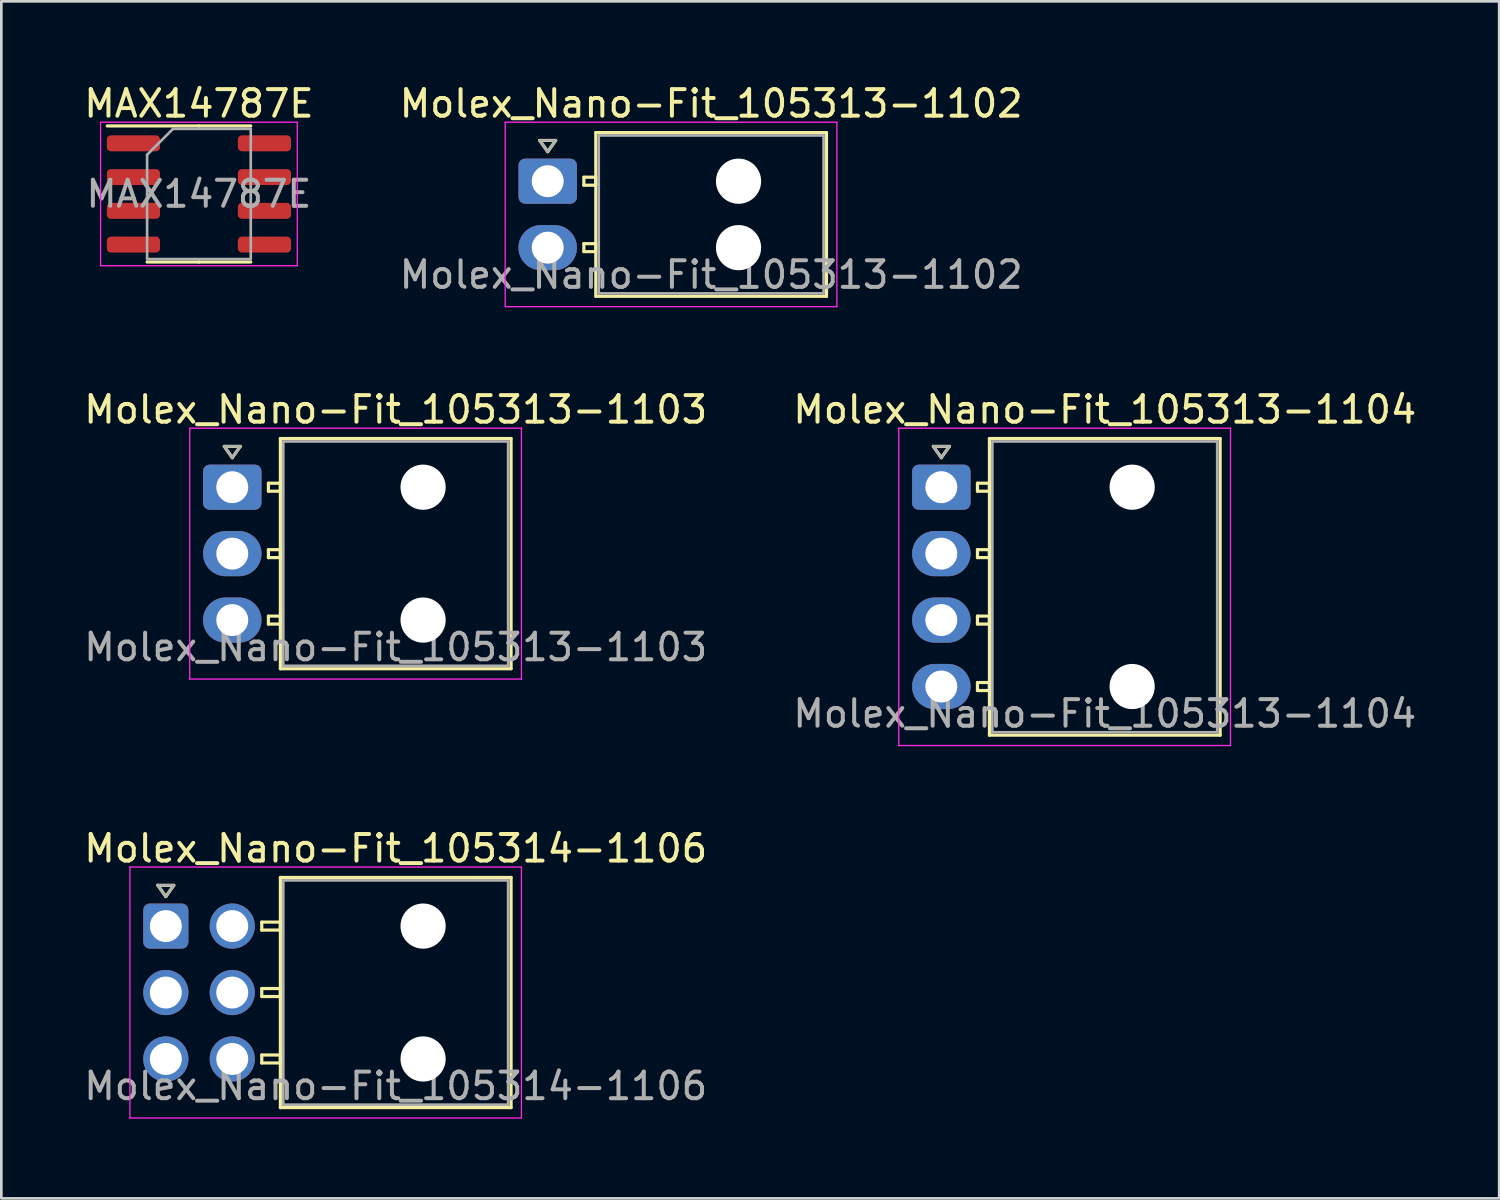
<source format=kicad_pcb>
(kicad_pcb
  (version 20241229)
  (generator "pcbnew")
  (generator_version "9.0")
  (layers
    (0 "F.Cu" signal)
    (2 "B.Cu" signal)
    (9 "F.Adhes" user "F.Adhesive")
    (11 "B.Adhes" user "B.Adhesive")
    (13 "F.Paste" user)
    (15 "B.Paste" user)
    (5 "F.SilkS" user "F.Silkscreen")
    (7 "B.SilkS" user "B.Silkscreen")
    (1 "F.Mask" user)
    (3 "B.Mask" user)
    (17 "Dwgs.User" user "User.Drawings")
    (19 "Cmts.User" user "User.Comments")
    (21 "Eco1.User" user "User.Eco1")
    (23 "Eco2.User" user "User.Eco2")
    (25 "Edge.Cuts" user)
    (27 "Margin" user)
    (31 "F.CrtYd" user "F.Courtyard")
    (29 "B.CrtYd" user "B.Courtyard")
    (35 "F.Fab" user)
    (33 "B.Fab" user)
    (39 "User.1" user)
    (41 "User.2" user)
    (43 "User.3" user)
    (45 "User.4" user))
  (footprint "Molex_Nano-Fit_105313-1102"
    (layer "F.Cu")
    (at 17.558 3.768)
    (property "Reference" "Molex_Nano-Fit_105313-1102" (at 6.15 -2.92 0) (layer "F.SilkS") (effects (font (size 1 1) (thickness 0.15))))
    (attr through_hole)
    (fp_line (start -0.3 -1.534) (end 0 -1.11) (stroke (width 0.12) (type solid)) (layer "F.SilkS"))
    (fp_line (start 0 -1.11) (end 0.3 -1.534) (stroke (width 0.12) (type solid)) (layer "F.SilkS"))
    (fp_line (start 0.3 -1.534) (end -0.3 -1.534) (stroke (width 0.12) (type solid)) (layer "F.SilkS"))
    (fp_line (start 1.36 -0.15) (end 1.36 0.15) (stroke (width 0.12) (type solid)) (layer "F.SilkS"))
    (fp_line (start 1.36 0.15) (end 1.81 0.15) (stroke (width 0.12) (type solid)) (layer "F.SilkS"))
    (fp_line (start 1.36 2.35) (end 1.36 2.65) (stroke (width 0.12) (type solid)) (layer "F.SilkS"))
    (fp_line (start 1.36 2.65) (end 1.81 2.65) (stroke (width 0.12) (type solid)) (layer "F.SilkS"))
    (fp_line (start 1.81 -1.83) (end 1.81 4.33) (stroke (width 0.12) (type solid)) (layer "F.SilkS"))
    (fp_line (start 1.81 -0.15) (end 1.36 -0.15) (stroke (width 0.12) (type solid)) (layer "F.SilkS"))
    (fp_line (start 1.81 0.15) (end 1.81 -0.15) (stroke (width 0.12) (type solid)) (layer "F.SilkS"))
    (fp_line (start 1.81 2.35) (end 1.36 2.35) (stroke (width 0.12) (type solid)) (layer "F.SilkS"))
    (fp_line (start 1.81 2.65) (end 1.81 2.35) (stroke (width 0.12) (type solid)) (layer "F.SilkS"))
    (fp_line (start 1.81 4.33) (end 10.49 4.33) (stroke (width 0.12) (type solid)) (layer "F.SilkS"))
    (fp_line (start 10.49 -1.83) (end 1.81 -1.83) (stroke (width 0.12) (type solid)) (layer "F.SilkS"))
    (fp_line (start 10.49 4.33) (end 10.49 -1.83) (stroke (width 0.12) (type solid)) (layer "F.SilkS"))
    (fp_line (start -1.6 -2.22) (end -1.6 4.72) (stroke (width 0.05) (type solid)) (layer "F.CrtYd"))
    (fp_line (start -1.6 4.72) (end 10.88 4.72) (stroke (width 0.05) (type solid)) (layer "F.CrtYd"))
    (fp_line (start 10.88 -2.22) (end -1.6 -2.22) (stroke (width 0.05) (type solid)) (layer "F.CrtYd"))
    (fp_line (start 10.88 4.72) (end 10.88 -2.22) (stroke (width 0.05) (type solid)) (layer "F.CrtYd"))
    (fp_line (start -0.3 -1.534) (end 0 -1.11) (stroke (width 0.1) (type solid)) (layer "F.Fab"))
    (fp_line (start 0 -1.11) (end 0.3 -1.534) (stroke (width 0.1) (type solid)) (layer "F.Fab"))
    (fp_line (start 0.3 -1.534) (end -0.3 -1.534) (stroke (width 0.1) (type solid)) (layer "F.Fab"))
    (fp_line (start 1.92 -1.72) (end 1.92 4.22) (stroke (width 0.1) (type solid)) (layer "F.Fab"))
    (fp_line (start 1.92 4.22) (end 10.38 4.22) (stroke (width 0.1) (type solid)) (layer "F.Fab"))
    (fp_line (start 10.38 -1.72) (end 1.92 -1.72) (stroke (width 0.1) (type solid)) (layer "F.Fab"))
    (fp_line (start 10.38 4.22) (end 10.38 -1.72) (stroke (width 0.1) (type solid)) (layer "F.Fab"))
    (fp_text user "${REFERENCE}" (at 6.15 3.52 0) (layer "F.Fab") (effects (font (size 1 1) (thickness 0.15))))
    (pad "" np_thru_hole circle (at 7.18 0) (size 1.7 1.7) (drill 1.7) (layers "*.Cu" "*.Mask"))
    (pad "" np_thru_hole circle (at 7.18 2.5) (size 1.7 1.7) (drill 1.7) (layers "*.Cu" "*.Mask"))
    (pad "1" thru_hole roundrect (at 0 0) (size 2.2 1.7) (drill 1.2) (layers "*.Cu" "*.Mask") (roundrect_rratio 0.147))
    (pad "2" thru_hole oval (at 0 2.5) (size 2.2 1.7) (drill 1.2) (layers "*.Cu" "*.Mask")))
  (footprint "Molex_Nano-Fit_105313-1103"
    (layer "F.Cu")
    (at 5.689 15.281)
    (property "Reference" "Molex_Nano-Fit_105313-1103" (at 6.15 -2.92 0) (layer "F.SilkS") (effects (font (size 1 1) (thickness 0.15))))
    (attr through_hole)
    (fp_line (start -0.3 -1.534) (end 0 -1.11) (stroke (width 0.12) (type solid)) (layer "F.SilkS"))
    (fp_line (start 0 -1.11) (end 0.3 -1.534) (stroke (width 0.12) (type solid)) (layer "F.SilkS"))
    (fp_line (start 0.3 -1.534) (end -0.3 -1.534) (stroke (width 0.12) (type solid)) (layer "F.SilkS"))
    (fp_line (start 1.36 -0.15) (end 1.36 0.15) (stroke (width 0.12) (type solid)) (layer "F.SilkS"))
    (fp_line (start 1.36 0.15) (end 1.81 0.15) (stroke (width 0.12) (type solid)) (layer "F.SilkS"))
    (fp_line (start 1.36 2.35) (end 1.36 2.65) (stroke (width 0.12) (type solid)) (layer "F.SilkS"))
    (fp_line (start 1.36 2.65) (end 1.81 2.65) (stroke (width 0.12) (type solid)) (layer "F.SilkS"))
    (fp_line (start 1.36 4.85) (end 1.36 5.15) (stroke (width 0.12) (type solid)) (layer "F.SilkS"))
    (fp_line (start 1.36 5.15) (end 1.81 5.15) (stroke (width 0.12) (type solid)) (layer "F.SilkS"))
    (fp_line (start 1.81 -1.83) (end 1.81 6.83) (stroke (width 0.12) (type solid)) (layer "F.SilkS"))
    (fp_line (start 1.81 -0.15) (end 1.36 -0.15) (stroke (width 0.12) (type solid)) (layer "F.SilkS"))
    (fp_line (start 1.81 0.15) (end 1.81 -0.15) (stroke (width 0.12) (type solid)) (layer "F.SilkS"))
    (fp_line (start 1.81 2.35) (end 1.36 2.35) (stroke (width 0.12) (type solid)) (layer "F.SilkS"))
    (fp_line (start 1.81 2.65) (end 1.81 2.35) (stroke (width 0.12) (type solid)) (layer "F.SilkS"))
    (fp_line (start 1.81 4.85) (end 1.36 4.85) (stroke (width 0.12) (type solid)) (layer "F.SilkS"))
    (fp_line (start 1.81 5.15) (end 1.81 4.85) (stroke (width 0.12) (type solid)) (layer "F.SilkS"))
    (fp_line (start 1.81 6.83) (end 10.49 6.83) (stroke (width 0.12) (type solid)) (layer "F.SilkS"))
    (fp_line (start 10.49 -1.83) (end 1.81 -1.83) (stroke (width 0.12) (type solid)) (layer "F.SilkS"))
    (fp_line (start 10.49 6.83) (end 10.49 -1.83) (stroke (width 0.12) (type solid)) (layer "F.SilkS"))
    (fp_line (start -1.6 -2.22) (end -1.6 7.22) (stroke (width 0.05) (type solid)) (layer "F.CrtYd"))
    (fp_line (start -1.6 7.22) (end 10.88 7.22) (stroke (width 0.05) (type solid)) (layer "F.CrtYd"))
    (fp_line (start 10.88 -2.22) (end -1.6 -2.22) (stroke (width 0.05) (type solid)) (layer "F.CrtYd"))
    (fp_line (start 10.88 7.22) (end 10.88 -2.22) (stroke (width 0.05) (type solid)) (layer "F.CrtYd"))
    (fp_line (start -0.3 -1.534) (end 0 -1.11) (stroke (width 0.1) (type solid)) (layer "F.Fab"))
    (fp_line (start 0 -1.11) (end 0.3 -1.534) (stroke (width 0.1) (type solid)) (layer "F.Fab"))
    (fp_line (start 0.3 -1.534) (end -0.3 -1.534) (stroke (width 0.1) (type solid)) (layer "F.Fab"))
    (fp_line (start 1.92 -1.72) (end 1.92 6.72) (stroke (width 0.1) (type solid)) (layer "F.Fab"))
    (fp_line (start 1.92 6.72) (end 10.38 6.72) (stroke (width 0.1) (type solid)) (layer "F.Fab"))
    (fp_line (start 10.38 -1.72) (end 1.92 -1.72) (stroke (width 0.1) (type solid)) (layer "F.Fab"))
    (fp_line (start 10.38 6.72) (end 10.38 -1.72) (stroke (width 0.1) (type solid)) (layer "F.Fab"))
    (fp_text user "${REFERENCE}" (at 6.15 6.02 0) (layer "F.Fab") (effects (font (size 1 1) (thickness 0.15))))
    (pad "" np_thru_hole circle (at 7.18 0) (size 1.7 1.7) (drill 1.7) (layers "*.Cu" "*.Mask"))
    (pad "" np_thru_hole circle (at 7.18 5) (size 1.7 1.7) (drill 1.7) (layers "*.Cu" "*.Mask"))
    (pad "1" thru_hole roundrect (at 0 0) (size 2.2 1.7) (drill 1.2) (layers "*.Cu" "*.Mask") (roundrect_rratio 0.147))
    (pad "2" thru_hole oval (at 0 2.5) (size 2.2 1.7) (drill 1.2) (layers "*.Cu" "*.Mask"))
    (pad "3" thru_hole oval (at 0 5) (size 2.2 1.7) (drill 1.2) (layers "*.Cu" "*.Mask")))
  (footprint "Molex_Nano-Fit_105313-1104"
    (layer "F.Cu")
    (at 32.368 15.281)
    (property "Reference" "Molex_Nano-Fit_105313-1104" (at 6.15 -2.92 0) (layer "F.SilkS") (effects (font (size 1 1) (thickness 0.15))))
    (attr through_hole)
    (fp_line (start -0.3 -1.534) (end 0 -1.11) (stroke (width 0.12) (type solid)) (layer "F.SilkS"))
    (fp_line (start 0 -1.11) (end 0.3 -1.534) (stroke (width 0.12) (type solid)) (layer "F.SilkS"))
    (fp_line (start 0.3 -1.534) (end -0.3 -1.534) (stroke (width 0.12) (type solid)) (layer "F.SilkS"))
    (fp_line (start 1.36 -0.15) (end 1.36 0.15) (stroke (width 0.12) (type solid)) (layer "F.SilkS"))
    (fp_line (start 1.36 0.15) (end 1.81 0.15) (stroke (width 0.12) (type solid)) (layer "F.SilkS"))
    (fp_line (start 1.36 2.35) (end 1.36 2.65) (stroke (width 0.12) (type solid)) (layer "F.SilkS"))
    (fp_line (start 1.36 2.65) (end 1.81 2.65) (stroke (width 0.12) (type solid)) (layer "F.SilkS"))
    (fp_line (start 1.36 4.85) (end 1.36 5.15) (stroke (width 0.12) (type solid)) (layer "F.SilkS"))
    (fp_line (start 1.36 5.15) (end 1.81 5.15) (stroke (width 0.12) (type solid)) (layer "F.SilkS"))
    (fp_line (start 1.36 7.35) (end 1.36 7.65) (stroke (width 0.12) (type solid)) (layer "F.SilkS"))
    (fp_line (start 1.36 7.65) (end 1.81 7.65) (stroke (width 0.12) (type solid)) (layer "F.SilkS"))
    (fp_line (start 1.81 -1.83) (end 1.81 9.33) (stroke (width 0.12) (type solid)) (layer "F.SilkS"))
    (fp_line (start 1.81 -0.15) (end 1.36 -0.15) (stroke (width 0.12) (type solid)) (layer "F.SilkS"))
    (fp_line (start 1.81 0.15) (end 1.81 -0.15) (stroke (width 0.12) (type solid)) (layer "F.SilkS"))
    (fp_line (start 1.81 2.35) (end 1.36 2.35) (stroke (width 0.12) (type solid)) (layer "F.SilkS"))
    (fp_line (start 1.81 2.65) (end 1.81 2.35) (stroke (width 0.12) (type solid)) (layer "F.SilkS"))
    (fp_line (start 1.81 4.85) (end 1.36 4.85) (stroke (width 0.12) (type solid)) (layer "F.SilkS"))
    (fp_line (start 1.81 5.15) (end 1.81 4.85) (stroke (width 0.12) (type solid)) (layer "F.SilkS"))
    (fp_line (start 1.81 7.35) (end 1.36 7.35) (stroke (width 0.12) (type solid)) (layer "F.SilkS"))
    (fp_line (start 1.81 7.65) (end 1.81 7.35) (stroke (width 0.12) (type solid)) (layer "F.SilkS"))
    (fp_line (start 1.81 9.33) (end 10.49 9.33) (stroke (width 0.12) (type solid)) (layer "F.SilkS"))
    (fp_line (start 10.49 -1.83) (end 1.81 -1.83) (stroke (width 0.12) (type solid)) (layer "F.SilkS"))
    (fp_line (start 10.49 9.33) (end 10.49 -1.83) (stroke (width 0.12) (type solid)) (layer "F.SilkS"))
    (fp_line (start -1.6 -2.22) (end -1.6 9.72) (stroke (width 0.05) (type solid)) (layer "F.CrtYd"))
    (fp_line (start -1.6 9.72) (end 10.88 9.72) (stroke (width 0.05) (type solid)) (layer "F.CrtYd"))
    (fp_line (start 10.88 -2.22) (end -1.6 -2.22) (stroke (width 0.05) (type solid)) (layer "F.CrtYd"))
    (fp_line (start 10.88 9.72) (end 10.88 -2.22) (stroke (width 0.05) (type solid)) (layer "F.CrtYd"))
    (fp_line (start -0.3 -1.534) (end 0 -1.11) (stroke (width 0.1) (type solid)) (layer "F.Fab"))
    (fp_line (start 0 -1.11) (end 0.3 -1.534) (stroke (width 0.1) (type solid)) (layer "F.Fab"))
    (fp_line (start 0.3 -1.534) (end -0.3 -1.534) (stroke (width 0.1) (type solid)) (layer "F.Fab"))
    (fp_line (start 1.92 -1.72) (end 1.92 9.22) (stroke (width 0.1) (type solid)) (layer "F.Fab"))
    (fp_line (start 1.92 9.22) (end 10.38 9.22) (stroke (width 0.1) (type solid)) (layer "F.Fab"))
    (fp_line (start 10.38 -1.72) (end 1.92 -1.72) (stroke (width 0.1) (type solid)) (layer "F.Fab"))
    (fp_line (start 10.38 9.22) (end 10.38 -1.72) (stroke (width 0.1) (type solid)) (layer "F.Fab"))
    (fp_text user "${REFERENCE}" (at 6.15 8.52 0) (layer "F.Fab") (effects (font (size 1 1) (thickness 0.15))))
    (pad "" np_thru_hole circle (at 7.18 0) (size 1.7 1.7) (drill 1.7) (layers "*.Cu" "*.Mask"))
    (pad "" np_thru_hole circle (at 7.18 7.5) (size 1.7 1.7) (drill 1.7) (layers "*.Cu" "*.Mask"))
    (pad "1" thru_hole roundrect (at 0 0) (size 2.2 1.7) (drill 1.2) (layers "*.Cu" "*.Mask") (roundrect_rratio 0.147))
    (pad "2" thru_hole oval (at 0 2.5) (size 2.2 1.7) (drill 1.2) (layers "*.Cu" "*.Mask"))
    (pad "3" thru_hole oval (at 0 5) (size 2.2 1.7) (drill 1.2) (layers "*.Cu" "*.Mask"))
    (pad "4" thru_hole oval (at 0 7.5) (size 2.2 1.7) (drill 1.2) (layers "*.Cu" "*.Mask")))
  (footprint "Molex_Nano-Fit_105314-1106"
    (layer "F.Cu")
    (at 3.189 31.795)
    (property "Reference" "Molex_Nano-Fit_105314-1106" (at 8.65 -2.92 0) (layer "F.SilkS") (effects (font (size 1 1) (thickness 0.15))))
    (attr through_hole)
    (fp_line (start -0.3 -1.534) (end 0 -1.11) (stroke (width 0.12) (type solid)) (layer "F.SilkS"))
    (fp_line (start 0 -1.11) (end 0.3 -1.534) (stroke (width 0.12) (type solid)) (layer "F.SilkS"))
    (fp_line (start 0.3 -1.534) (end -0.3 -1.534) (stroke (width 0.12) (type solid)) (layer "F.SilkS"))
    (fp_line (start 3.61 -0.15) (end 3.61 0.15) (stroke (width 0.12) (type solid)) (layer "F.SilkS"))
    (fp_line (start 3.61 0.15) (end 4.31 0.15) (stroke (width 0.12) (type solid)) (layer "F.SilkS"))
    (fp_line (start 3.61 2.35) (end 3.61 2.65) (stroke (width 0.12) (type solid)) (layer "F.SilkS"))
    (fp_line (start 3.61 2.65) (end 4.31 2.65) (stroke (width 0.12) (type solid)) (layer "F.SilkS"))
    (fp_line (start 3.61 4.85) (end 3.61 5.15) (stroke (width 0.12) (type solid)) (layer "F.SilkS"))
    (fp_line (start 3.61 5.15) (end 4.31 5.15) (stroke (width 0.12) (type solid)) (layer "F.SilkS"))
    (fp_line (start 4.31 -1.83) (end 4.31 6.83) (stroke (width 0.12) (type solid)) (layer "F.SilkS"))
    (fp_line (start 4.31 -0.15) (end 3.61 -0.15) (stroke (width 0.12) (type solid)) (layer "F.SilkS"))
    (fp_line (start 4.31 0.15) (end 4.31 -0.15) (stroke (width 0.12) (type solid)) (layer "F.SilkS"))
    (fp_line (start 4.31 2.35) (end 3.61 2.35) (stroke (width 0.12) (type solid)) (layer "F.SilkS"))
    (fp_line (start 4.31 2.65) (end 4.31 2.35) (stroke (width 0.12) (type solid)) (layer "F.SilkS"))
    (fp_line (start 4.31 4.85) (end 3.61 4.85) (stroke (width 0.12) (type solid)) (layer "F.SilkS"))
    (fp_line (start 4.31 5.15) (end 4.31 4.85) (stroke (width 0.12) (type solid)) (layer "F.SilkS"))
    (fp_line (start 4.31 6.83) (end 12.99 6.83) (stroke (width 0.12) (type solid)) (layer "F.SilkS"))
    (fp_line (start 12.99 -1.83) (end 4.31 -1.83) (stroke (width 0.12) (type solid)) (layer "F.SilkS"))
    (fp_line (start 12.99 6.83) (end 12.99 -1.83) (stroke (width 0.12) (type solid)) (layer "F.SilkS"))
    (fp_line (start -1.35 -2.22) (end -1.35 7.22) (stroke (width 0.05) (type solid)) (layer "F.CrtYd"))
    (fp_line (start -1.35 7.22) (end 13.38 7.22) (stroke (width 0.05) (type solid)) (layer "F.CrtYd"))
    (fp_line (start 13.38 -2.22) (end -1.35 -2.22) (stroke (width 0.05) (type solid)) (layer "F.CrtYd"))
    (fp_line (start 13.38 7.22) (end 13.38 -2.22) (stroke (width 0.05) (type solid)) (layer "F.CrtYd"))
    (fp_line (start -0.3 -1.534) (end 0 -1.11) (stroke (width 0.1) (type solid)) (layer "F.Fab"))
    (fp_line (start 0 -1.11) (end 0.3 -1.534) (stroke (width 0.1) (type solid)) (layer "F.Fab"))
    (fp_line (start 0.3 -1.534) (end -0.3 -1.534) (stroke (width 0.1) (type solid)) (layer "F.Fab"))
    (fp_line (start 4.42 -1.72) (end 4.42 6.72) (stroke (width 0.1) (type solid)) (layer "F.Fab"))
    (fp_line (start 4.42 6.72) (end 12.88 6.72) (stroke (width 0.1) (type solid)) (layer "F.Fab"))
    (fp_line (start 12.88 -1.72) (end 4.42 -1.72) (stroke (width 0.1) (type solid)) (layer "F.Fab"))
    (fp_line (start 12.88 6.72) (end 12.88 -1.72) (stroke (width 0.1) (type solid)) (layer "F.Fab"))
    (fp_text user "${REFERENCE}" (at 8.65 6.02 0) (layer "F.Fab") (effects (font (size 1 1) (thickness 0.15))))
    (pad "" np_thru_hole circle (at 9.68 0) (size 1.7 1.7) (drill 1.7) (layers "*.Cu" "*.Mask"))
    (pad "" np_thru_hole circle (at 9.68 5) (size 1.7 1.7) (drill 1.7) (layers "*.Cu" "*.Mask"))
    (pad "1" thru_hole roundrect (at 0 0) (size 1.7 1.7) (drill 1.2) (layers "*.Cu" "*.Mask") (roundrect_rratio 0.147))
    (pad "2" thru_hole circle (at 2.5 0) (size 1.7 1.7) (drill 1.2) (layers "*.Cu" "*.Mask"))
    (pad "3" thru_hole circle (at 0 2.5) (size 1.7 1.7) (drill 1.2) (layers "*.Cu" "*.Mask"))
    (pad "4" thru_hole circle (at 2.5 2.5) (size 1.7 1.7) (drill 1.2) (layers "*.Cu" "*.Mask"))
    (pad "5" thru_hole circle (at 0 5) (size 1.7 1.7) (drill 1.2) (layers "*.Cu" "*.Mask"))
    (pad "6" thru_hole circle (at 2.5 5) (size 1.7 1.7) (drill 1.2) (layers "*.Cu" "*.Mask")))
  (footprint "MAX14787E"
    (layer "F.Cu")
    (at 4.435 4.248)
    (property "Reference" "MAX14787E" (at 0 -3.4 0) (layer "F.SilkS") (effects (font (size 1 1) (thickness 0.15))))
    (attr smd)
    (fp_line (start 0 -2.56) (end -3.45 -2.56) (stroke (width 0.12) (type solid)) (layer "F.SilkS"))
    (fp_line (start 0 -2.56) (end 1.95 -2.56) (stroke (width 0.12) (type solid)) (layer "F.SilkS"))
    (fp_line (start 0 2.56) (end -1.95 2.56) (stroke (width 0.12) (type solid)) (layer "F.SilkS"))
    (fp_line (start 0 2.56) (end 1.95 2.56) (stroke (width 0.12) (type solid)) (layer "F.SilkS"))
    (fp_line (start -3.7 -2.7) (end -3.7 2.7) (stroke (width 0.05) (type solid)) (layer "F.CrtYd"))
    (fp_line (start -3.7 2.7) (end 3.7 2.7) (stroke (width 0.05) (type solid)) (layer "F.CrtYd"))
    (fp_line (start 3.7 -2.7) (end -3.7 -2.7) (stroke (width 0.05) (type solid)) (layer "F.CrtYd"))
    (fp_line (start 3.7 2.7) (end 3.7 -2.7) (stroke (width 0.05) (type solid)) (layer "F.CrtYd"))
    (fp_line (start -1.95 -1.475) (end -0.975 -2.45) (stroke (width 0.1) (type solid)) (layer "F.Fab"))
    (fp_line (start -1.95 2.45) (end -1.95 -1.475) (stroke (width 0.1) (type solid)) (layer "F.Fab"))
    (fp_line (start -0.975 -2.45) (end 1.95 -2.45) (stroke (width 0.1) (type solid)) (layer "F.Fab"))
    (fp_line (start 1.95 -2.45) (end 1.95 2.45) (stroke (width 0.1) (type solid)) (layer "F.Fab"))
    (fp_line (start 1.95 2.45) (end -1.95 2.45) (stroke (width 0.1) (type solid)) (layer "F.Fab"))
    (fp_text user "${REFERENCE}" (at 0 0 0) (layer "F.Fab") (effects (font (size 0.98 0.98) (thickness 0.15))))
    (pad "1" smd roundrect (at -2.465 -1.905) (size 2 0.6) (layers "F.Cu" "F.Mask" "F.Paste") (roundrect_rratio 0.25))
    (pad "2" smd roundrect (at -2.465 -0.635) (size 2 0.6) (layers "F.Cu" "F.Mask" "F.Paste") (roundrect_rratio 0.25))
    (pad "3" smd roundrect (at -2.465 0.635) (size 2 0.6) (layers "F.Cu" "F.Mask" "F.Paste") (roundrect_rratio 0.25))
    (pad "4" smd roundrect (at -2.465 1.905) (size 2 0.6) (layers "F.Cu" "F.Mask" "F.Paste") (roundrect_rratio 0.25))
    (pad "5" smd roundrect (at 2.465 1.905) (size 2 0.6) (layers "F.Cu" "F.Mask" "F.Paste") (roundrect_rratio 0.25))
    (pad "6" smd roundrect (at 2.465 0.635) (size 2 0.6) (layers "F.Cu" "F.Mask" "F.Paste") (roundrect_rratio 0.25))
    (pad "7" smd roundrect (at 2.465 -0.635) (size 2 0.6) (layers "F.Cu" "F.Mask" "F.Paste") (roundrect_rratio 0.25))
    (pad "8" smd roundrect (at 2.465 -1.905) (size 2 0.6) (layers "F.Cu" "F.Mask" "F.Paste") (roundrect_rratio 0.25)))
  (gr_rect
    (start -3 -3)
    (end 53.357 42.04)
    (stroke (width 0.1) (type default))
    (fill no)
    (layer "Edge.Cuts")))
</source>
